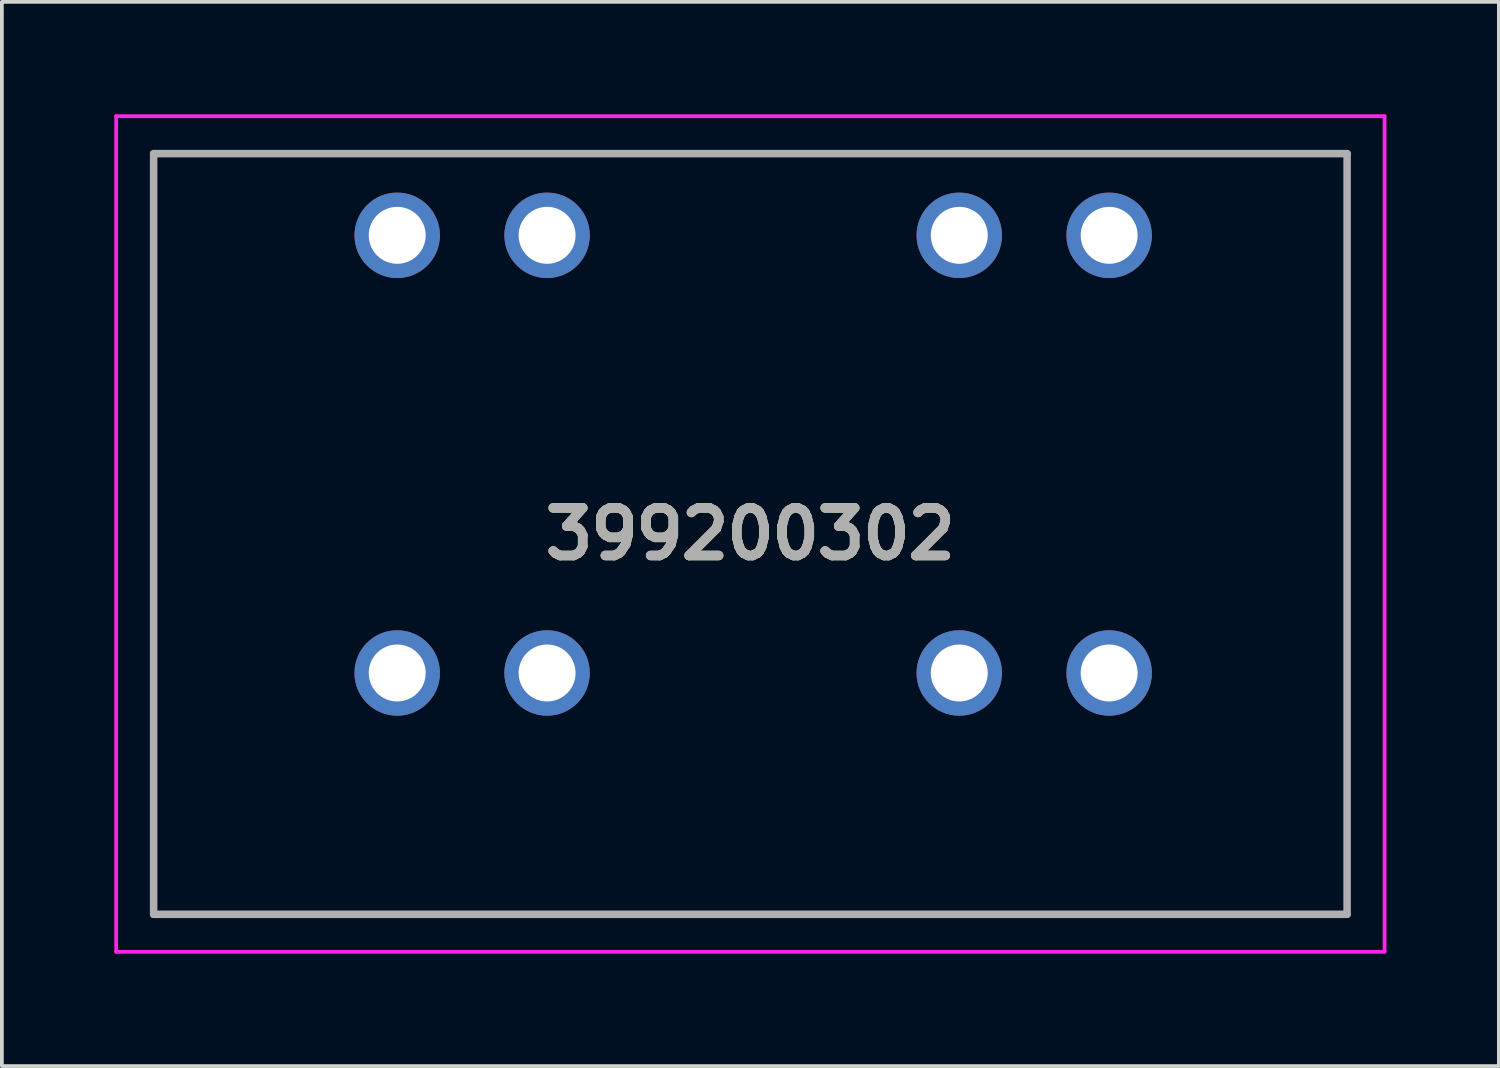
<source format=kicad_pcb>
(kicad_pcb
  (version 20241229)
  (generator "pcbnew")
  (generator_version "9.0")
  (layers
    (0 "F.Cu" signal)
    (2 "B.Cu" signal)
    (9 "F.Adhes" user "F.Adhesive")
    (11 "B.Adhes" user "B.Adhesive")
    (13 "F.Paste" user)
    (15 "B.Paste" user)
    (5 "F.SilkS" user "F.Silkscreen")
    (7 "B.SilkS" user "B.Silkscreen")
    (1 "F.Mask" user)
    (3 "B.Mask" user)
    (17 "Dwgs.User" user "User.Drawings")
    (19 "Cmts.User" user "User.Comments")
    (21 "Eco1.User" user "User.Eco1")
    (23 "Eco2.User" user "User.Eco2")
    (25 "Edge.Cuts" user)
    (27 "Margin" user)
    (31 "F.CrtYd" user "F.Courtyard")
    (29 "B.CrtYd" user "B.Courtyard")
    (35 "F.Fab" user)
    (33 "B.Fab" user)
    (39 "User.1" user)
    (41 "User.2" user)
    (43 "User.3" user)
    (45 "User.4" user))
  (footprint "399200302"
    (layer "F.Cu")
    (at 26.55 3.23)
    (property "Reference" "399200302" (at -9.575 7.97 0) (layer "F.SilkS") (effects (font (size 1.27 1.27) (thickness 0.254))))
    (attr through_hole)
    (fp_line (start -25.5 -2.18) (end -25.5 18.12) (stroke (width 0.1) (type solid)) (layer "F.SilkS"))
    (fp_line (start -25.5 18.12) (end 6.35 18.12) (stroke (width 0.1) (type solid)) (layer "F.SilkS"))
    (fp_line (start 6.35 -2.18) (end -25.5 -2.18) (stroke (width 0.1) (type solid)) (layer "F.SilkS"))
    (fp_line (start 6.35 18.12) (end 6.35 -2.18) (stroke (width 0.1) (type solid)) (layer "F.SilkS"))
    (fp_line (start -26.5 -3.18) (end -26.5 19.12) (stroke (width 0.1) (type solid)) (layer "F.CrtYd"))
    (fp_line (start -26.5 19.12) (end 7.35 19.12) (stroke (width 0.1) (type solid)) (layer "F.CrtYd"))
    (fp_line (start 7.35 -3.18) (end -26.5 -3.18) (stroke (width 0.1) (type solid)) (layer "F.CrtYd"))
    (fp_line (start 7.35 19.12) (end 7.35 -3.18) (stroke (width 0.1) (type solid)) (layer "F.CrtYd"))
    (fp_line (start -25.5 -2.18) (end -25.5 18.12) (stroke (width 0.2) (type solid)) (layer "F.Fab"))
    (fp_line (start -25.5 18.12) (end 6.35 18.12) (stroke (width 0.2) (type solid)) (layer "F.Fab"))
    (fp_line (start 6.35 -2.18) (end -25.5 -2.18) (stroke (width 0.2) (type solid)) (layer "F.Fab"))
    (fp_line (start 6.35 18.12) (end 6.35 -2.18) (stroke (width 0.2) (type solid)) (layer "F.Fab"))
    (fp_text user "${REFERENCE}" (at -9.575 7.97 0) (layer "F.Fab") (effects (font (size 1.27 1.27) (thickness 0.254))))
    (pad "1" thru_hole circle (at 0 0) (size 2.28 2.28) (drill 1.52) (layers "*.Cu" "*.Mask"))
    (pad "2" thru_hole circle (at -4 0) (size 2.28 2.28) (drill 1.52) (layers "*.Cu" "*.Mask"))
    (pad "3" thru_hole circle (at 0 11.68) (size 2.28 2.28) (drill 1.52) (layers "*.Cu" "*.Mask"))
    (pad "4" thru_hole circle (at -4 11.68) (size 2.28 2.28) (drill 1.52) (layers "*.Cu" "*.Mask"))
    (pad "5" thru_hole circle (at -15 0) (size 2.28 2.28) (drill 1.52) (layers "*.Cu" "*.Mask"))
    (pad "6" thru_hole circle (at -15 11.68) (size 2.28 2.28) (drill 1.52) (layers "*.Cu" "*.Mask"))
    (pad "7" thru_hole circle (at -19 0) (size 2.28 2.28) (drill 1.52) (layers "*.Cu" "*.Mask"))
    (pad "8" thru_hole circle (at -19 11.68) (size 2.28 2.28) (drill 1.52) (layers "*.Cu" "*.Mask")))
  (gr_rect
    (start -3 -3)
    (end 36.95 25.4)
    (stroke (width 0.1) (type default))
    (fill no)
    (layer "Edge.Cuts")))
</source>
